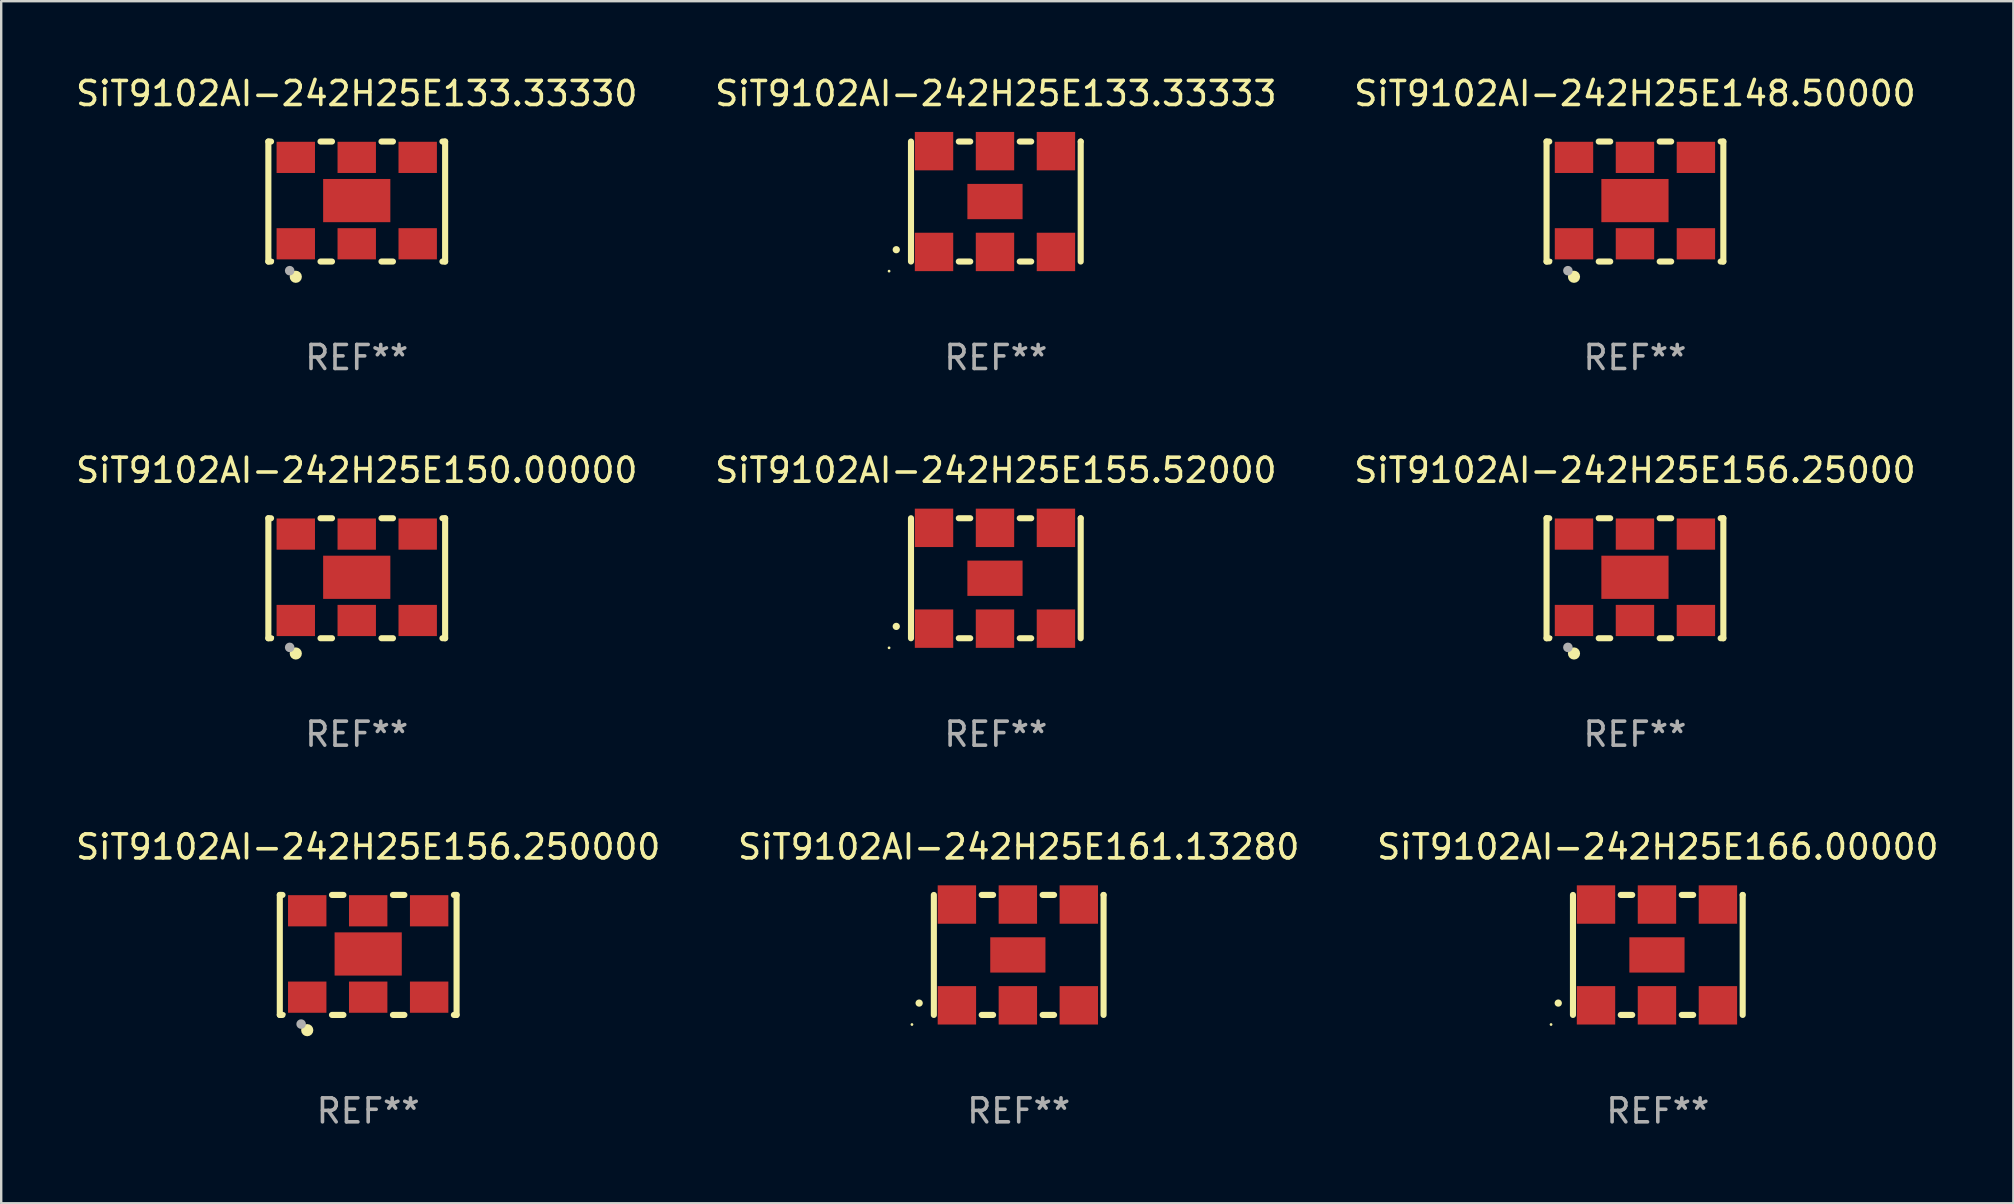
<source format=kicad_pcb>
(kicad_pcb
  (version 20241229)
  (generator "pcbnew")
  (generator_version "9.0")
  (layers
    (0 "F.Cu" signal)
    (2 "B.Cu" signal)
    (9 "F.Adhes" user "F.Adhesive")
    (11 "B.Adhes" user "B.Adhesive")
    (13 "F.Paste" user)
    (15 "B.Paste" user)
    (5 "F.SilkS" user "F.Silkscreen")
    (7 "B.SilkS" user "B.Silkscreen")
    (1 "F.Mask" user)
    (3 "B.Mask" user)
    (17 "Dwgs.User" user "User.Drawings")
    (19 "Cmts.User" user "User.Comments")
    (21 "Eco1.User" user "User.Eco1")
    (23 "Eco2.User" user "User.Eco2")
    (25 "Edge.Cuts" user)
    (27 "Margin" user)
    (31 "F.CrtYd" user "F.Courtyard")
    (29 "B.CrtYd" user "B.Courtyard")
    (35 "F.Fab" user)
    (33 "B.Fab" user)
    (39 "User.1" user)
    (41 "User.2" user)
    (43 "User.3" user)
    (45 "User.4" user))
  (footprint "SiT9102AI-242H25E156.250000"
    (layer "F.Cu")
    (at 12.292 36.741)
    (property "Reference" "SiT9102AI-242H25E156.250000" (at 0 -4.5 0) (layer "F.SilkS") (effects (font (size 1 1) (thickness 0.15))))
    (attr through_hole)
    (fp_line (start -3.683 -2.5) (end -3.571 -2.5) (stroke (width 0.254) (type solid)) (layer "F.SilkS"))
    (fp_line (start -3.683 2.5) (end -3.683 -2.5) (stroke (width 0.254) (type solid)) (layer "F.SilkS"))
    (fp_line (start -3.683 2.5) (end -3.571 2.5) (stroke (width 0.254) (type solid)) (layer "F.SilkS"))
    (fp_line (start -1.509 -2.5) (end -1.031 -2.5) (stroke (width 0.254) (type solid)) (layer "F.SilkS"))
    (fp_line (start -1.509 2.5) (end -1.031 2.5) (stroke (width 0.254) (type solid)) (layer "F.SilkS"))
    (fp_line (start 1.031 -2.5) (end 1.509 -2.5) (stroke (width 0.254) (type solid)) (layer "F.SilkS"))
    (fp_line (start 1.031 2.5) (end 1.509 2.5) (stroke (width 0.254) (type solid)) (layer "F.SilkS"))
    (fp_line (start 3.571 -2.5) (end 3.683 -2.5) (stroke (width 0.254) (type solid)) (layer "F.SilkS"))
    (fp_line (start 3.571 2.5) (end 3.683 2.5) (stroke (width 0.254) (type solid)) (layer "F.SilkS"))
    (fp_line (start 3.683 2.5) (end 3.683 -2.5) (stroke (width 0.254) (type solid)) (layer "F.SilkS"))
    (fp_circle (center -3.5 2.46) (end -3.47 2.46) (stroke (width 0.06) (type solid)) (fill no) (layer "F.SilkS"))
    (fp_circle (center -2.54 3.135) (end -2.413 3.135) (stroke (width 0.254) (type solid)) (fill no) (layer "F.SilkS"))
    (fp_circle (center -2.794 2.881) (end -2.694 2.881) (stroke (width 0.2) (type solid)) (fill no) (layer "F.Fab"))
    (fp_text user "REF**" (at 0 6.5 0) (layer "F.Fab") (effects (font (size 1 1) (thickness 0.15))))
    (pad "1" smd rect (at -2.54 1.76) (size 1.6 1.3) (layers "F.Cu" "F.Mask" "F.Paste"))
    (pad "2" smd rect (at 0 1.76) (size 1.6 1.3) (layers "F.Cu" "F.Mask" "F.Paste"))
    (pad "3" smd rect (at 2.54 1.76) (size 1.6 1.3) (layers "F.Cu" "F.Mask" "F.Paste"))
    (pad "4" smd rect (at 2.54 -1.84) (size 1.6 1.3) (layers "F.Cu" "F.Mask" "F.Paste"))
    (pad "5" smd rect (at 0 -1.84) (size 1.6 1.3) (layers "F.Cu" "F.Mask" "F.Paste"))
    (pad "6" smd rect (at -2.54 -1.84) (size 1.6 1.3) (layers "F.Cu" "F.Mask" "F.Paste"))
    (pad "7" smd rect (at 0 -0.04) (size 2.8 1.8) (layers "F.Cu" "F.Mask" "F.Paste")))
  (footprint "SiT9102AI-242H25E148.50000"
    (layer "F.Cu")
    (at 65.077 5.348)
    (property "Reference" "SiT9102AI-242H25E148.50000" (at 0 -4.5 0) (layer "F.SilkS") (effects (font (size 1 1) (thickness 0.15))))
    (attr through_hole)
    (fp_line (start -3.683 -2.5) (end -3.571 -2.5) (stroke (width 0.254) (type solid)) (layer "F.SilkS"))
    (fp_line (start -3.683 2.5) (end -3.683 -2.5) (stroke (width 0.254) (type solid)) (layer "F.SilkS"))
    (fp_line (start -3.683 2.5) (end -3.571 2.5) (stroke (width 0.254) (type solid)) (layer "F.SilkS"))
    (fp_line (start -1.509 -2.5) (end -1.031 -2.5) (stroke (width 0.254) (type solid)) (layer "F.SilkS"))
    (fp_line (start -1.509 2.5) (end -1.031 2.5) (stroke (width 0.254) (type solid)) (layer "F.SilkS"))
    (fp_line (start 1.031 -2.5) (end 1.509 -2.5) (stroke (width 0.254) (type solid)) (layer "F.SilkS"))
    (fp_line (start 1.031 2.5) (end 1.509 2.5) (stroke (width 0.254) (type solid)) (layer "F.SilkS"))
    (fp_line (start 3.571 -2.5) (end 3.683 -2.5) (stroke (width 0.254) (type solid)) (layer "F.SilkS"))
    (fp_line (start 3.571 2.5) (end 3.683 2.5) (stroke (width 0.254) (type solid)) (layer "F.SilkS"))
    (fp_line (start 3.683 2.5) (end 3.683 -2.5) (stroke (width 0.254) (type solid)) (layer "F.SilkS"))
    (fp_circle (center -3.5 2.46) (end -3.47 2.46) (stroke (width 0.06) (type solid)) (fill no) (layer "F.SilkS"))
    (fp_circle (center -2.54 3.135) (end -2.413 3.135) (stroke (width 0.254) (type solid)) (fill no) (layer "F.SilkS"))
    (fp_circle (center -2.794 2.881) (end -2.694 2.881) (stroke (width 0.2) (type solid)) (fill no) (layer "F.Fab"))
    (fp_text user "REF**" (at 0 6.5 0) (layer "F.Fab") (effects (font (size 1 1) (thickness 0.15))))
    (pad "1" smd rect (at -2.54 1.76) (size 1.6 1.3) (layers "F.Cu" "F.Mask" "F.Paste"))
    (pad "2" smd rect (at 0 1.76) (size 1.6 1.3) (layers "F.Cu" "F.Mask" "F.Paste"))
    (pad "3" smd rect (at 2.54 1.76) (size 1.6 1.3) (layers "F.Cu" "F.Mask" "F.Paste"))
    (pad "4" smd rect (at 2.54 -1.84) (size 1.6 1.3) (layers "F.Cu" "F.Mask" "F.Paste"))
    (pad "5" smd rect (at 0 -1.84) (size 1.6 1.3) (layers "F.Cu" "F.Mask" "F.Paste"))
    (pad "6" smd rect (at -2.54 -1.84) (size 1.6 1.3) (layers "F.Cu" "F.Mask" "F.Paste"))
    (pad "7" smd rect (at 0 -0.04) (size 2.8 1.8) (layers "F.Cu" "F.Mask" "F.Paste")))
  (footprint "SiT9102AI-242H25E161.13280"
    (layer "F.Cu")
    (at 39.399 36.741)
    (property "Reference" "SiT9102AI-242H25E161.13280" (at 0 -4.5 0) (layer "F.SilkS") (effects (font (size 1 1) (thickness 0.15))))
    (attr through_hole)
    (fp_line (start -3.536 -2.5) (end -3.536 2.5) (stroke (width 0.254) (type solid)) (layer "F.SilkS"))
    (fp_line (start -1.544 2.5) (end -1.067 2.5) (stroke (width 0.254) (type solid)) (layer "F.SilkS"))
    (fp_line (start -1.067 -2.5) (end -1.544 -2.5) (stroke (width 0.254) (type solid)) (layer "F.SilkS"))
    (fp_line (start 0.996 2.5) (end 1.473 2.5) (stroke (width 0.254) (type solid)) (layer "F.SilkS"))
    (fp_line (start 1.473 -2.5) (end 0.996 -2.5) (stroke (width 0.254) (type solid)) (layer "F.SilkS"))
    (fp_line (start 3.536 -2.5) (end 3.536 -2.5) (stroke (width 0.254) (type solid)) (layer "F.SilkS"))
    (fp_line (start 3.536 2.5) (end 3.536 -2.5) (stroke (width 0.254) (type solid)) (layer "F.SilkS"))
    (fp_arc (start -4.150432 2.006604) (mid -4.149162 2.006599) (end -4.147892 2.006604) (stroke (width 0.3) (type solid)) (layer "F.SilkS"))
    (fp_circle (center -4.449 2.9) (end -4.419 2.9) (stroke (width 0.06) (type solid)) (fill no) (layer "F.SilkS"))
    (fp_text user "REF**" (at 0 6.5 0) (layer "F.Fab") (effects (font (size 1 1) (thickness 0.15))))
    (pad "1" smd rect (at -2.576 2.1) (size 1.6 1.6) (layers "F.Cu" "F.Mask" "F.Paste"))
    (pad "2" smd rect (at -0.036 2.1) (size 1.6 1.6) (layers "F.Cu" "F.Mask" "F.Paste"))
    (pad "3" smd rect (at 2.504 2.1) (size 1.6 1.6) (layers "F.Cu" "F.Mask" "F.Paste"))
    (pad "4" smd rect (at 2.504 -2.1) (size 1.6 1.6) (layers "F.Cu" "F.Mask" "F.Paste"))
    (pad "5" smd rect (at -0.036 -2.1) (size 1.6 1.6) (layers "F.Cu" "F.Mask" "F.Paste"))
    (pad "6" smd rect (at -2.576 -2.1) (size 1.6 1.6) (layers "F.Cu" "F.Mask" "F.Paste"))
    (pad "7" smd rect (at -0.036 0) (size 2.3 1.47) (layers "F.Cu" "F.Mask" "F.Paste")))
  (footprint "SiT9102AI-242H25E133.33333"
    (layer "F.Cu")
    (at 38.446 5.348)
    (property "Reference" "SiT9102AI-242H25E133.33333" (at 0 -4.5 0) (layer "F.SilkS") (effects (font (size 1 1) (thickness 0.15))))
    (attr through_hole)
    (fp_line (start -3.536 -2.5) (end -3.536 2.5) (stroke (width 0.254) (type solid)) (layer "F.SilkS"))
    (fp_line (start -1.544 2.5) (end -1.067 2.5) (stroke (width 0.254) (type solid)) (layer "F.SilkS"))
    (fp_line (start -1.067 -2.5) (end -1.544 -2.5) (stroke (width 0.254) (type solid)) (layer "F.SilkS"))
    (fp_line (start 0.996 2.5) (end 1.473 2.5) (stroke (width 0.254) (type solid)) (layer "F.SilkS"))
    (fp_line (start 1.473 -2.5) (end 0.996 -2.5) (stroke (width 0.254) (type solid)) (layer "F.SilkS"))
    (fp_line (start 3.536 -2.5) (end 3.536 -2.5) (stroke (width 0.254) (type solid)) (layer "F.SilkS"))
    (fp_line (start 3.536 2.5) (end 3.536 -2.5) (stroke (width 0.254) (type solid)) (layer "F.SilkS"))
    (fp_arc (start -4.150432 2.006604) (mid -4.149162 2.006599) (end -4.147892 2.006604) (stroke (width 0.3) (type solid)) (layer "F.SilkS"))
    (fp_circle (center -4.449 2.9) (end -4.419 2.9) (stroke (width 0.06) (type solid)) (fill no) (layer "F.SilkS"))
    (fp_text user "REF**" (at 0 6.5 0) (layer "F.Fab") (effects (font (size 1 1) (thickness 0.15))))
    (pad "1" smd rect (at -2.576 2.1) (size 1.6 1.6) (layers "F.Cu" "F.Mask" "F.Paste"))
    (pad "2" smd rect (at -0.036 2.1) (size 1.6 1.6) (layers "F.Cu" "F.Mask" "F.Paste"))
    (pad "3" smd rect (at 2.504 2.1) (size 1.6 1.6) (layers "F.Cu" "F.Mask" "F.Paste"))
    (pad "4" smd rect (at 2.504 -2.1) (size 1.6 1.6) (layers "F.Cu" "F.Mask" "F.Paste"))
    (pad "5" smd rect (at -0.036 -2.1) (size 1.6 1.6) (layers "F.Cu" "F.Mask" "F.Paste"))
    (pad "6" smd rect (at -2.576 -2.1) (size 1.6 1.6) (layers "F.Cu" "F.Mask" "F.Paste"))
    (pad "7" smd rect (at -0.036 0) (size 2.3 1.47) (layers "F.Cu" "F.Mask" "F.Paste")))
  (footprint "SiT9102AI-242H25E150.00000"
    (layer "F.Cu")
    (at 11.815 21.045)
    (property "Reference" "SiT9102AI-242H25E150.00000" (at 0 -4.5 0) (layer "F.SilkS") (effects (font (size 1 1) (thickness 0.15))))
    (attr through_hole)
    (fp_line (start -3.683 -2.5) (end -3.571 -2.5) (stroke (width 0.254) (type solid)) (layer "F.SilkS"))
    (fp_line (start -3.683 2.5) (end -3.683 -2.5) (stroke (width 0.254) (type solid)) (layer "F.SilkS"))
    (fp_line (start -3.683 2.5) (end -3.571 2.5) (stroke (width 0.254) (type solid)) (layer "F.SilkS"))
    (fp_line (start -1.509 -2.5) (end -1.031 -2.5) (stroke (width 0.254) (type solid)) (layer "F.SilkS"))
    (fp_line (start -1.509 2.5) (end -1.031 2.5) (stroke (width 0.254) (type solid)) (layer "F.SilkS"))
    (fp_line (start 1.031 -2.5) (end 1.509 -2.5) (stroke (width 0.254) (type solid)) (layer "F.SilkS"))
    (fp_line (start 1.031 2.5) (end 1.509 2.5) (stroke (width 0.254) (type solid)) (layer "F.SilkS"))
    (fp_line (start 3.571 -2.5) (end 3.683 -2.5) (stroke (width 0.254) (type solid)) (layer "F.SilkS"))
    (fp_line (start 3.571 2.5) (end 3.683 2.5) (stroke (width 0.254) (type solid)) (layer "F.SilkS"))
    (fp_line (start 3.683 2.5) (end 3.683 -2.5) (stroke (width 0.254) (type solid)) (layer "F.SilkS"))
    (fp_circle (center -3.5 2.46) (end -3.47 2.46) (stroke (width 0.06) (type solid)) (fill no) (layer "F.SilkS"))
    (fp_circle (center -2.54 3.135) (end -2.413 3.135) (stroke (width 0.254) (type solid)) (fill no) (layer "F.SilkS"))
    (fp_circle (center -2.794 2.881) (end -2.694 2.881) (stroke (width 0.2) (type solid)) (fill no) (layer "F.Fab"))
    (fp_text user "REF**" (at 0 6.5 0) (layer "F.Fab") (effects (font (size 1 1) (thickness 0.15))))
    (pad "1" smd rect (at -2.54 1.76) (size 1.6 1.3) (layers "F.Cu" "F.Mask" "F.Paste"))
    (pad "2" smd rect (at 0 1.76) (size 1.6 1.3) (layers "F.Cu" "F.Mask" "F.Paste"))
    (pad "3" smd rect (at 2.54 1.76) (size 1.6 1.3) (layers "F.Cu" "F.Mask" "F.Paste"))
    (pad "4" smd rect (at 2.54 -1.84) (size 1.6 1.3) (layers "F.Cu" "F.Mask" "F.Paste"))
    (pad "5" smd rect (at 0 -1.84) (size 1.6 1.3) (layers "F.Cu" "F.Mask" "F.Paste"))
    (pad "6" smd rect (at -2.54 -1.84) (size 1.6 1.3) (layers "F.Cu" "F.Mask" "F.Paste"))
    (pad "7" smd rect (at 0 -0.04) (size 2.8 1.8) (layers "F.Cu" "F.Mask" "F.Paste")))
  (footprint "SiT9102AI-242H25E155.52000"
    (layer "F.Cu")
    (at 38.446 21.045)
    (property "Reference" "SiT9102AI-242H25E155.52000" (at 0 -4.5 0) (layer "F.SilkS") (effects (font (size 1 1) (thickness 0.15))))
    (attr through_hole)
    (fp_line (start -3.536 -2.5) (end -3.536 2.5) (stroke (width 0.254) (type solid)) (layer "F.SilkS"))
    (fp_line (start -1.544 2.5) (end -1.067 2.5) (stroke (width 0.254) (type solid)) (layer "F.SilkS"))
    (fp_line (start -1.067 -2.5) (end -1.544 -2.5) (stroke (width 0.254) (type solid)) (layer "F.SilkS"))
    (fp_line (start 0.996 2.5) (end 1.473 2.5) (stroke (width 0.254) (type solid)) (layer "F.SilkS"))
    (fp_line (start 1.473 -2.5) (end 0.996 -2.5) (stroke (width 0.254) (type solid)) (layer "F.SilkS"))
    (fp_line (start 3.536 -2.5) (end 3.536 -2.5) (stroke (width 0.254) (type solid)) (layer "F.SilkS"))
    (fp_line (start 3.536 2.5) (end 3.536 -2.5) (stroke (width 0.254) (type solid)) (layer "F.SilkS"))
    (fp_arc (start -4.150432 2.006604) (mid -4.149162 2.006599) (end -4.147892 2.006604) (stroke (width 0.3) (type solid)) (layer "F.SilkS"))
    (fp_circle (center -4.449 2.9) (end -4.419 2.9) (stroke (width 0.06) (type solid)) (fill no) (layer "F.SilkS"))
    (fp_text user "REF**" (at 0 6.5 0) (layer "F.Fab") (effects (font (size 1 1) (thickness 0.15))))
    (pad "1" smd rect (at -2.576 2.1) (size 1.6 1.6) (layers "F.Cu" "F.Mask" "F.Paste"))
    (pad "2" smd rect (at -0.036 2.1) (size 1.6 1.6) (layers "F.Cu" "F.Mask" "F.Paste"))
    (pad "3" smd rect (at 2.504 2.1) (size 1.6 1.6) (layers "F.Cu" "F.Mask" "F.Paste"))
    (pad "4" smd rect (at 2.504 -2.1) (size 1.6 1.6) (layers "F.Cu" "F.Mask" "F.Paste"))
    (pad "5" smd rect (at -0.036 -2.1) (size 1.6 1.6) (layers "F.Cu" "F.Mask" "F.Paste"))
    (pad "6" smd rect (at -2.576 -2.1) (size 1.6 1.6) (layers "F.Cu" "F.Mask" "F.Paste"))
    (pad "7" smd rect (at -0.036 0) (size 2.3 1.47) (layers "F.Cu" "F.Mask" "F.Paste")))
  (footprint "SiT9102AI-242H25E156.25000"
    (layer "F.Cu")
    (at 65.077 21.045)
    (property "Reference" "SiT9102AI-242H25E156.25000" (at 0 -4.5 0) (layer "F.SilkS") (effects (font (size 1 1) (thickness 0.15))))
    (attr through_hole)
    (fp_line (start -3.683 -2.5) (end -3.571 -2.5) (stroke (width 0.254) (type solid)) (layer "F.SilkS"))
    (fp_line (start -3.683 2.5) (end -3.683 -2.5) (stroke (width 0.254) (type solid)) (layer "F.SilkS"))
    (fp_line (start -3.683 2.5) (end -3.571 2.5) (stroke (width 0.254) (type solid)) (layer "F.SilkS"))
    (fp_line (start -1.509 -2.5) (end -1.031 -2.5) (stroke (width 0.254) (type solid)) (layer "F.SilkS"))
    (fp_line (start -1.509 2.5) (end -1.031 2.5) (stroke (width 0.254) (type solid)) (layer "F.SilkS"))
    (fp_line (start 1.031 -2.5) (end 1.509 -2.5) (stroke (width 0.254) (type solid)) (layer "F.SilkS"))
    (fp_line (start 1.031 2.5) (end 1.509 2.5) (stroke (width 0.254) (type solid)) (layer "F.SilkS"))
    (fp_line (start 3.571 -2.5) (end 3.683 -2.5) (stroke (width 0.254) (type solid)) (layer "F.SilkS"))
    (fp_line (start 3.571 2.5) (end 3.683 2.5) (stroke (width 0.254) (type solid)) (layer "F.SilkS"))
    (fp_line (start 3.683 2.5) (end 3.683 -2.5) (stroke (width 0.254) (type solid)) (layer "F.SilkS"))
    (fp_circle (center -3.5 2.46) (end -3.47 2.46) (stroke (width 0.06) (type solid)) (fill no) (layer "F.SilkS"))
    (fp_circle (center -2.54 3.135) (end -2.413 3.135) (stroke (width 0.254) (type solid)) (fill no) (layer "F.SilkS"))
    (fp_circle (center -2.794 2.881) (end -2.694 2.881) (stroke (width 0.2) (type solid)) (fill no) (layer "F.Fab"))
    (fp_text user "REF**" (at 0 6.5 0) (layer "F.Fab") (effects (font (size 1 1) (thickness 0.15))))
    (pad "1" smd rect (at -2.54 1.76) (size 1.6 1.3) (layers "F.Cu" "F.Mask" "F.Paste"))
    (pad "2" smd rect (at 0 1.76) (size 1.6 1.3) (layers "F.Cu" "F.Mask" "F.Paste"))
    (pad "3" smd rect (at 2.54 1.76) (size 1.6 1.3) (layers "F.Cu" "F.Mask" "F.Paste"))
    (pad "4" smd rect (at 2.54 -1.84) (size 1.6 1.3) (layers "F.Cu" "F.Mask" "F.Paste"))
    (pad "5" smd rect (at 0 -1.84) (size 1.6 1.3) (layers "F.Cu" "F.Mask" "F.Paste"))
    (pad "6" smd rect (at -2.54 -1.84) (size 1.6 1.3) (layers "F.Cu" "F.Mask" "F.Paste"))
    (pad "7" smd rect (at 0 -0.04) (size 2.8 1.8) (layers "F.Cu" "F.Mask" "F.Paste")))
  (footprint "SiT9102AI-242H25E133.33330"
    (layer "F.Cu")
    (at 11.815 5.348)
    (property "Reference" "SiT9102AI-242H25E133.33330" (at 0 -4.5 0) (layer "F.SilkS") (effects (font (size 1 1) (thickness 0.15))))
    (attr through_hole)
    (fp_line (start -3.683 -2.5) (end -3.571 -2.5) (stroke (width 0.254) (type solid)) (layer "F.SilkS"))
    (fp_line (start -3.683 2.5) (end -3.683 -2.5) (stroke (width 0.254) (type solid)) (layer "F.SilkS"))
    (fp_line (start -3.683 2.5) (end -3.571 2.5) (stroke (width 0.254) (type solid)) (layer "F.SilkS"))
    (fp_line (start -1.509 -2.5) (end -1.031 -2.5) (stroke (width 0.254) (type solid)) (layer "F.SilkS"))
    (fp_line (start -1.509 2.5) (end -1.031 2.5) (stroke (width 0.254) (type solid)) (layer "F.SilkS"))
    (fp_line (start 1.031 -2.5) (end 1.509 -2.5) (stroke (width 0.254) (type solid)) (layer "F.SilkS"))
    (fp_line (start 1.031 2.5) (end 1.509 2.5) (stroke (width 0.254) (type solid)) (layer "F.SilkS"))
    (fp_line (start 3.571 -2.5) (end 3.683 -2.5) (stroke (width 0.254) (type solid)) (layer "F.SilkS"))
    (fp_line (start 3.571 2.5) (end 3.683 2.5) (stroke (width 0.254) (type solid)) (layer "F.SilkS"))
    (fp_line (start 3.683 2.5) (end 3.683 -2.5) (stroke (width 0.254) (type solid)) (layer "F.SilkS"))
    (fp_circle (center -3.5 2.46) (end -3.47 2.46) (stroke (width 0.06) (type solid)) (fill no) (layer "F.SilkS"))
    (fp_circle (center -2.54 3.135) (end -2.413 3.135) (stroke (width 0.254) (type solid)) (fill no) (layer "F.SilkS"))
    (fp_circle (center -2.794 2.881) (end -2.694 2.881) (stroke (width 0.2) (type solid)) (fill no) (layer "F.Fab"))
    (fp_text user "REF**" (at 0 6.5 0) (layer "F.Fab") (effects (font (size 1 1) (thickness 0.15))))
    (pad "1" smd rect (at -2.54 1.76) (size 1.6 1.3) (layers "F.Cu" "F.Mask" "F.Paste"))
    (pad "2" smd rect (at 0 1.76) (size 1.6 1.3) (layers "F.Cu" "F.Mask" "F.Paste"))
    (pad "3" smd rect (at 2.54 1.76) (size 1.6 1.3) (layers "F.Cu" "F.Mask" "F.Paste"))
    (pad "4" smd rect (at 2.54 -1.84) (size 1.6 1.3) (layers "F.Cu" "F.Mask" "F.Paste"))
    (pad "5" smd rect (at 0 -1.84) (size 1.6 1.3) (layers "F.Cu" "F.Mask" "F.Paste"))
    (pad "6" smd rect (at -2.54 -1.84) (size 1.6 1.3) (layers "F.Cu" "F.Mask" "F.Paste"))
    (pad "7" smd rect (at 0 -0.04) (size 2.8 1.8) (layers "F.Cu" "F.Mask" "F.Paste")))
  (footprint "SiT9102AI-242H25E166.00000"
    (layer "F.Cu")
    (at 66.03 36.741)
    (property "Reference" "SiT9102AI-242H25E166.00000" (at 0 -4.5 0) (layer "F.SilkS") (effects (font (size 1 1) (thickness 0.15))))
    (attr through_hole)
    (fp_line (start -3.536 -2.5) (end -3.536 2.5) (stroke (width 0.254) (type solid)) (layer "F.SilkS"))
    (fp_line (start -1.544 2.5) (end -1.067 2.5) (stroke (width 0.254) (type solid)) (layer "F.SilkS"))
    (fp_line (start -1.067 -2.5) (end -1.544 -2.5) (stroke (width 0.254) (type solid)) (layer "F.SilkS"))
    (fp_line (start 0.996 2.5) (end 1.473 2.5) (stroke (width 0.254) (type solid)) (layer "F.SilkS"))
    (fp_line (start 1.473 -2.5) (end 0.996 -2.5) (stroke (width 0.254) (type solid)) (layer "F.SilkS"))
    (fp_line (start 3.536 -2.5) (end 3.536 -2.5) (stroke (width 0.254) (type solid)) (layer "F.SilkS"))
    (fp_line (start 3.536 2.5) (end 3.536 -2.5) (stroke (width 0.254) (type solid)) (layer "F.SilkS"))
    (fp_arc (start -4.150432 2.006604) (mid -4.149162 2.006599) (end -4.147892 2.006604) (stroke (width 0.3) (type solid)) (layer "F.SilkS"))
    (fp_circle (center -4.449 2.9) (end -4.419 2.9) (stroke (width 0.06) (type solid)) (fill no) (layer "F.SilkS"))
    (fp_text user "REF**" (at 0 6.5 0) (layer "F.Fab") (effects (font (size 1 1) (thickness 0.15))))
    (pad "1" smd rect (at -2.576 2.1) (size 1.6 1.6) (layers "F.Cu" "F.Mask" "F.Paste"))
    (pad "2" smd rect (at -0.036 2.1) (size 1.6 1.6) (layers "F.Cu" "F.Mask" "F.Paste"))
    (pad "3" smd rect (at 2.504 2.1) (size 1.6 1.6) (layers "F.Cu" "F.Mask" "F.Paste"))
    (pad "4" smd rect (at 2.504 -2.1) (size 1.6 1.6) (layers "F.Cu" "F.Mask" "F.Paste"))
    (pad "5" smd rect (at -0.036 -2.1) (size 1.6 1.6) (layers "F.Cu" "F.Mask" "F.Paste"))
    (pad "6" smd rect (at -2.576 -2.1) (size 1.6 1.6) (layers "F.Cu" "F.Mask" "F.Paste"))
    (pad "7" smd rect (at -0.036 0) (size 2.3 1.47) (layers "F.Cu" "F.Mask" "F.Paste")))
  (gr_rect
    (start -3 -3)
    (end 80.845 47.09)
    (stroke (width 0.1) (type default))
    (fill no)
    (layer "Edge.Cuts")))
</source>
